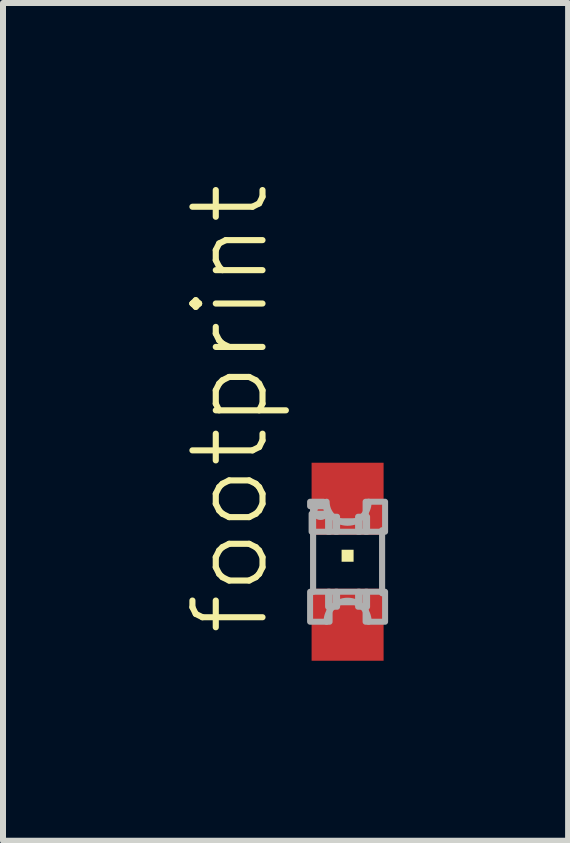
<source format=kicad_pcb>
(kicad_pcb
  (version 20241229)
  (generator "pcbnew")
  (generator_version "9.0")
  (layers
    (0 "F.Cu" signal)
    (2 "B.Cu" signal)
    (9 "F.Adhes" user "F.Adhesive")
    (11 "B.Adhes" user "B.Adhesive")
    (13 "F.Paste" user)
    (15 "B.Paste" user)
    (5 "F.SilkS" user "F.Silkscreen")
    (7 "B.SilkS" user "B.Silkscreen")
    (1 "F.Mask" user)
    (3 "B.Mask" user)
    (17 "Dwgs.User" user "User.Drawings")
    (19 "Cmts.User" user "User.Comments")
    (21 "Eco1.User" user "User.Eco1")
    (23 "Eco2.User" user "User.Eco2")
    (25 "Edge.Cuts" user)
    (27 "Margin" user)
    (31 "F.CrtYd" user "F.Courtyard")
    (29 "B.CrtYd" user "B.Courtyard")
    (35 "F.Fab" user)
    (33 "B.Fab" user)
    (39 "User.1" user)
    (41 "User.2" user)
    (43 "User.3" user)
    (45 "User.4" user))
  (footprint "footprint"
    (layer "F.Cu")
    (at 2.743 6.312)
    (property "Reference" "footprint" (at -1.27 1.27 90) (layer "F.SilkS") (effects (font (size 1.168 1.168) (thickness 0.102)) (justify left bottom)))
    (fp_poly (pts (xy -0.1 0) (xy 0.1 0) (xy 0.1 -0.2) (xy -0.1 -0.2)) (stroke (width 0) (type solid)) (fill yes) (layer "F.SilkS"))
    (fp_line (start -0.575 0.5) (end -0.575 -0.925) (stroke (width 0.102) (type solid)) (layer "F.Fab"))
    (fp_line (start 0.575 -0.525) (end 0.575 0.525) (stroke (width 0.102) (type solid)) (layer "F.Fab"))
    (fp_arc (start -0.35 1) (mid 0 0.65) (end 0.35 1) (stroke (width 0.1016) (type solid)) (layer "F.Fab"))
    (fp_arc (start 0.35 -1) (mid 0 -0.65) (end -0.35 -1) (stroke (width 0.1016) (type solid)) (layer "F.Fab"))
    (fp_circle (center -0.45 -0.85) (end -0.347 -0.85) (stroke (width 0.102) (type solid)) (fill no) (layer "F.Fab"))
    (fp_poly (pts (xy -0.625 -0.925) (xy -0.4 -0.925) (xy -0.4 -1) (xy -0.625 -1)) (stroke (width 0.1) (type solid)) (fill no) (layer "F.Fab"))
    (fp_poly (pts (xy -0.625 1) (xy -0.3 1) (xy -0.3 0.5) (xy -0.625 0.5)) (stroke (width 0.1) (type solid)) (fill no) (layer "F.Fab"))
    (fp_poly (pts (xy -0.6 -0.5) (xy -0.3 -0.5) (xy -0.3 -0.8) (xy -0.6 -0.8)) (stroke (width 0.1) (type solid)) (fill no) (layer "F.Fab"))
    (fp_poly (pts (xy -0.325 -0.5) (xy -0.175 -0.5) (xy -0.175 -0.75) (xy -0.325 -0.75)) (stroke (width 0.1) (type solid)) (fill no) (layer "F.Fab"))
    (fp_poly (pts (xy -0.325 0.75) (xy -0.175 0.75) (xy -0.175 0.5) (xy -0.325 0.5)) (stroke (width 0.1) (type solid)) (fill no) (layer "F.Fab"))
    (fp_poly (pts (xy -0.2 -0.5) (xy 0.2 -0.5) (xy 0.2 -0.675) (xy -0.2 -0.675)) (stroke (width 0.1) (type solid)) (fill no) (layer "F.Fab"))
    (fp_poly (pts (xy -0.2 0.675) (xy 0.2 0.675) (xy 0.2 0.5) (xy -0.2 0.5)) (stroke (width 0.1) (type solid)) (fill no) (layer "F.Fab"))
    (fp_poly (pts (xy 0.175 -0.5) (xy 0.325 -0.5) (xy 0.325 -0.75) (xy 0.175 -0.75)) (stroke (width 0.1) (type solid)) (fill no) (layer "F.Fab"))
    (fp_poly (pts (xy 0.175 0.75) (xy 0.325 0.75) (xy 0.325 0.5) (xy 0.175 0.5)) (stroke (width 0.1) (type solid)) (fill no) (layer "F.Fab"))
    (fp_poly (pts (xy 0.3 -0.5) (xy 0.625 -0.5) (xy 0.625 -1) (xy 0.3 -1)) (stroke (width 0.1) (type solid)) (fill no) (layer "F.Fab"))
    (fp_poly (pts (xy 0.3 1) (xy 0.625 1) (xy 0.625 0.5) (xy 0.3 0.5)) (stroke (width 0.1) (type solid)) (fill no) (layer "F.Fab"))
    (pad "A" smd rect (at 0 1.05) (size 1.2 1.2) (layers "F.Cu" "F.Mask" "F.Paste"))
    (pad "C" smd rect (at 0 -1.05) (size 1.2 1.2) (layers "F.Cu" "F.Mask" "F.Paste")))
  (gr_rect
    (start -3 -3)
    (end 6.418 10.962)
    (stroke (width 0.1) (type default))
    (fill no)
    (layer "Edge.Cuts")))
</source>
